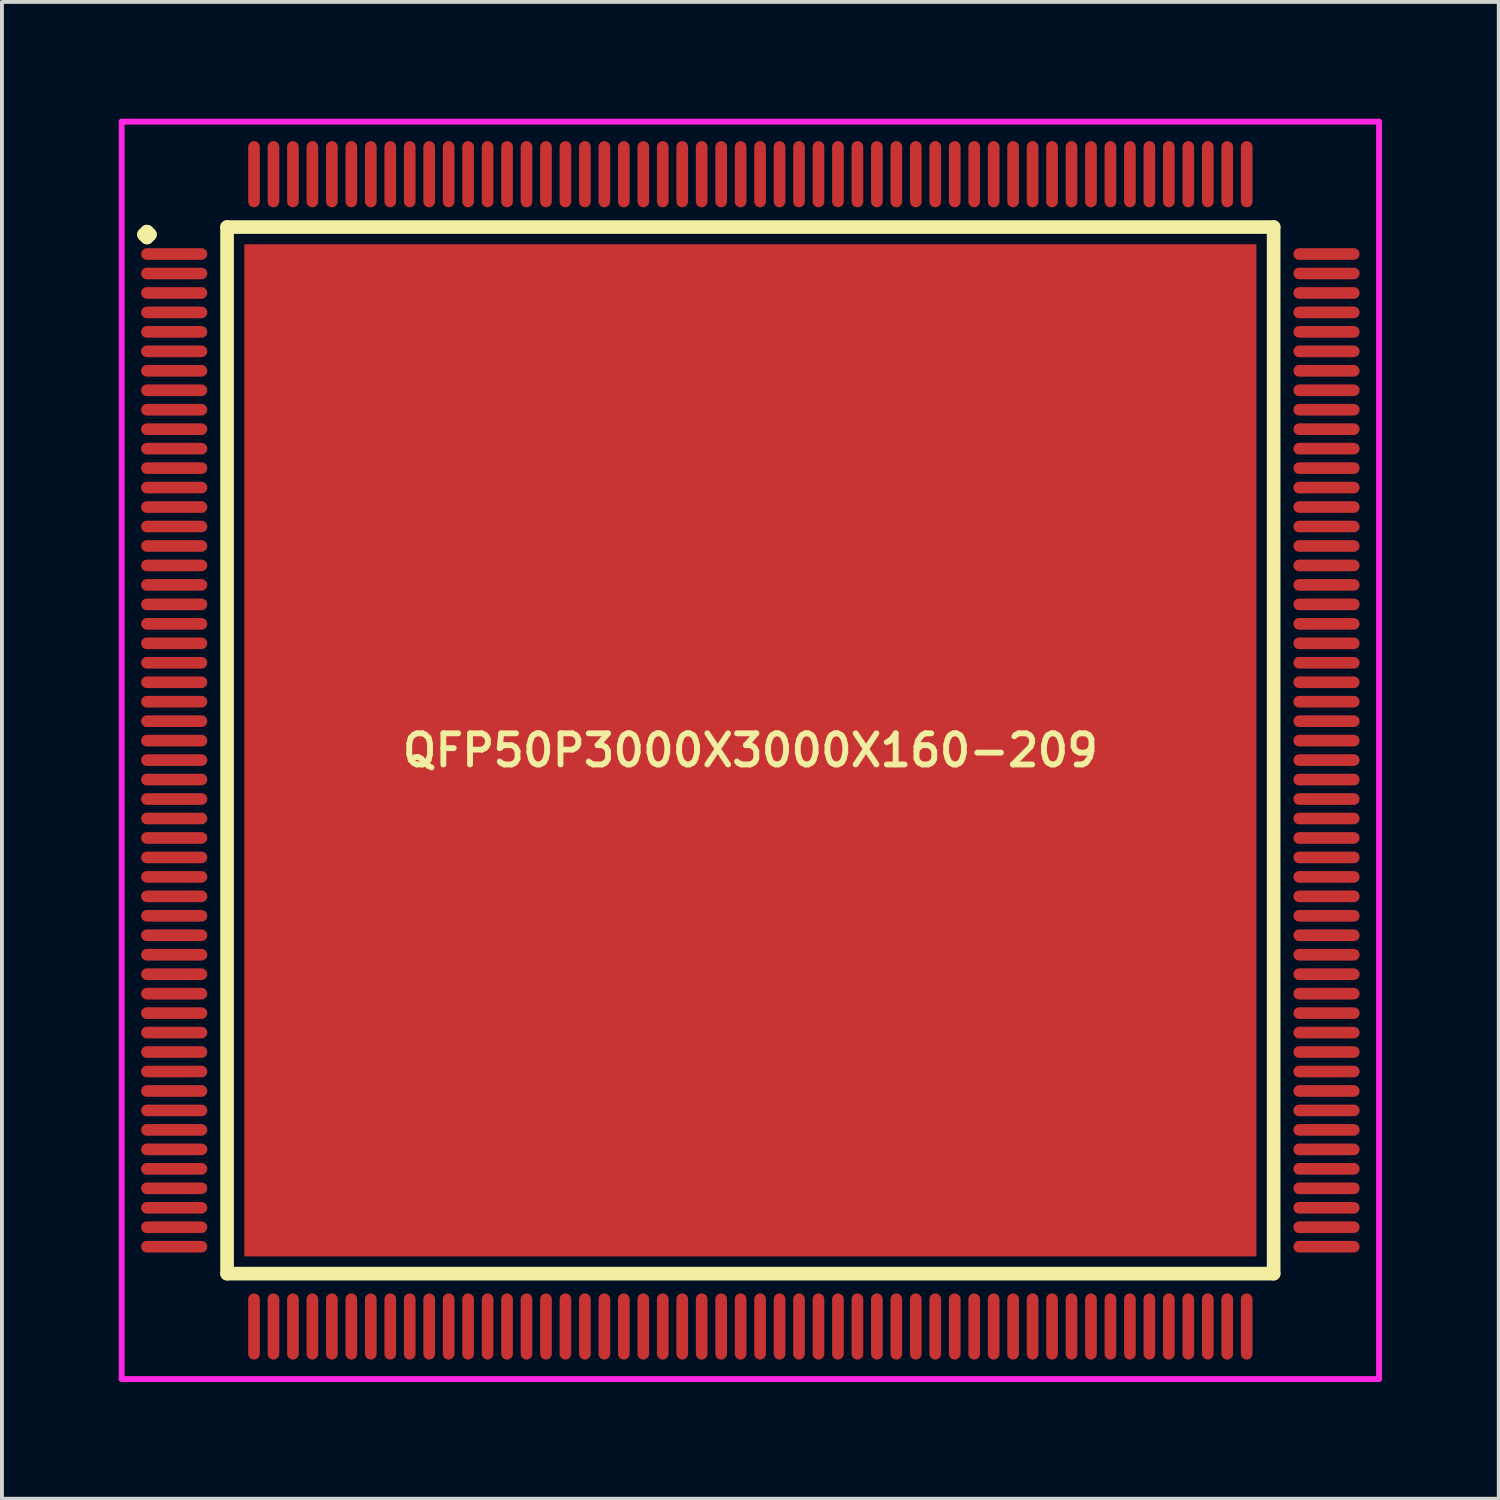
<source format=kicad_pcb>
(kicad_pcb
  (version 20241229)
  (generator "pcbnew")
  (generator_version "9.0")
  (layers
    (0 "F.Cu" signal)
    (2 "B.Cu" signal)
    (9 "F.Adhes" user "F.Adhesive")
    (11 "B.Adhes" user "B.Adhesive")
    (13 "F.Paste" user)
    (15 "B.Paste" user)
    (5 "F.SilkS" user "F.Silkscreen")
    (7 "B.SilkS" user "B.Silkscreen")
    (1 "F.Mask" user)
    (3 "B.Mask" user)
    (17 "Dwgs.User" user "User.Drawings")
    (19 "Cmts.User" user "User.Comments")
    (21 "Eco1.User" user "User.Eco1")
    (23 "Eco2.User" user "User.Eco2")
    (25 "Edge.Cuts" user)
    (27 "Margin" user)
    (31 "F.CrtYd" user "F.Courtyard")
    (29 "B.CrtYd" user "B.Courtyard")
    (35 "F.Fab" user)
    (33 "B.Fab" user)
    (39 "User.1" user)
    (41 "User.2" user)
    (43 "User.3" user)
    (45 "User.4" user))
  (footprint "QFP50P3000X3000X160-209"
    (layer "F.Cu")
    (at 16.225 16.225)
    (property "Reference" "QFP50P3000X3000X160-209" (at 0 0 0) (layer "F.SilkS") (effects (font (size 0.8 0.8) (thickness 0.15))))
    (attr smd)
    (fp_line (start -15.575 -13.25) (end -15.5 -13.325) (stroke (width 0.35) (type solid)) (layer "F.SilkS"))
    (fp_line (start -15.5 -13.325) (end -15.425 -13.25) (stroke (width 0.35) (type solid)) (layer "F.SilkS"))
    (fp_line (start -15.5 -13.175) (end -15.575 -13.25) (stroke (width 0.35) (type solid)) (layer "F.SilkS"))
    (fp_line (start -15.425 -13.25) (end -15.5 -13.175) (stroke (width 0.35) (type solid)) (layer "F.SilkS"))
    (fp_line (start -13.442 -13.442) (end -13.442 13.442) (stroke (width 0.35) (type solid)) (layer "F.SilkS"))
    (fp_line (start -13.442 13.442) (end 13.442 13.442) (stroke (width 0.35) (type solid)) (layer "F.SilkS"))
    (fp_line (start 13.442 -13.442) (end -13.442 -13.442) (stroke (width 0.35) (type solid)) (layer "F.SilkS"))
    (fp_line (start 13.442 13.442) (end 13.442 -13.442) (stroke (width 0.35) (type solid)) (layer "F.SilkS"))
    (fp_line (start -16.15 -16.15) (end 16.15 -16.15) (stroke (width 0.15) (type solid)) (layer "F.CrtYd"))
    (fp_line (start -16.15 16.15) (end -16.15 -16.15) (stroke (width 0.15) (type solid)) (layer "F.CrtYd"))
    (fp_line (start 16.15 -16.15) (end 16.15 16.15) (stroke (width 0.15) (type solid)) (layer "F.CrtYd"))
    (fp_line (start 16.15 16.15) (end -16.15 16.15) (stroke (width 0.15) (type solid)) (layer "F.CrtYd"))
    (pad "1" smd oval (at -14.8 -12.75) (size 1.7 0.3) (layers "F.Cu" "F.Mask" "F.Paste"))
    (pad "2" smd oval (at -14.8 -12.25) (size 1.7 0.3) (layers "F.Cu" "F.Mask" "F.Paste"))
    (pad "3" smd oval (at -14.8 -11.75) (size 1.7 0.3) (layers "F.Cu" "F.Mask" "F.Paste"))
    (pad "4" smd oval (at -14.8 -11.25) (size 1.7 0.3) (layers "F.Cu" "F.Mask" "F.Paste"))
    (pad "5" smd oval (at -14.8 -10.75) (size 1.7 0.3) (layers "F.Cu" "F.Mask" "F.Paste"))
    (pad "6" smd oval (at -14.8 -10.25) (size 1.7 0.3) (layers "F.Cu" "F.Mask" "F.Paste"))
    (pad "7" smd oval (at -14.8 -9.75) (size 1.7 0.3) (layers "F.Cu" "F.Mask" "F.Paste"))
    (pad "8" smd oval (at -14.8 -9.25) (size 1.7 0.3) (layers "F.Cu" "F.Mask" "F.Paste"))
    (pad "9" smd oval (at -14.8 -8.75) (size 1.7 0.3) (layers "F.Cu" "F.Mask" "F.Paste"))
    (pad "10" smd oval (at -14.8 -8.25) (size 1.7 0.3) (layers "F.Cu" "F.Mask" "F.Paste"))
    (pad "11" smd oval (at -14.8 -7.75) (size 1.7 0.3) (layers "F.Cu" "F.Mask" "F.Paste"))
    (pad "12" smd oval (at -14.8 -7.25) (size 1.7 0.3) (layers "F.Cu" "F.Mask" "F.Paste"))
    (pad "13" smd oval (at -14.8 -6.75) (size 1.7 0.3) (layers "F.Cu" "F.Mask" "F.Paste"))
    (pad "14" smd oval (at -14.8 -6.25) (size 1.7 0.3) (layers "F.Cu" "F.Mask" "F.Paste"))
    (pad "15" smd oval (at -14.8 -5.75) (size 1.7 0.3) (layers "F.Cu" "F.Mask" "F.Paste"))
    (pad "16" smd oval (at -14.8 -5.25) (size 1.7 0.3) (layers "F.Cu" "F.Mask" "F.Paste"))
    (pad "17" smd oval (at -14.8 -4.75) (size 1.7 0.3) (layers "F.Cu" "F.Mask" "F.Paste"))
    (pad "18" smd oval (at -14.8 -4.25) (size 1.7 0.3) (layers "F.Cu" "F.Mask" "F.Paste"))
    (pad "19" smd oval (at -14.8 -3.75) (size 1.7 0.3) (layers "F.Cu" "F.Mask" "F.Paste"))
    (pad "20" smd oval (at -14.8 -3.25) (size 1.7 0.3) (layers "F.Cu" "F.Mask" "F.Paste"))
    (pad "21" smd oval (at -14.8 -2.75) (size 1.7 0.3) (layers "F.Cu" "F.Mask" "F.Paste"))
    (pad "22" smd oval (at -14.8 -2.25) (size 1.7 0.3) (layers "F.Cu" "F.Mask" "F.Paste"))
    (pad "23" smd oval (at -14.8 -1.75) (size 1.7 0.3) (layers "F.Cu" "F.Mask" "F.Paste"))
    (pad "24" smd oval (at -14.8 -1.25) (size 1.7 0.3) (layers "F.Cu" "F.Mask" "F.Paste"))
    (pad "25" smd oval (at -14.8 -0.75) (size 1.7 0.3) (layers "F.Cu" "F.Mask" "F.Paste"))
    (pad "26" smd oval (at -14.8 -0.25) (size 1.7 0.3) (layers "F.Cu" "F.Mask" "F.Paste"))
    (pad "27" smd oval (at -14.8 0.25) (size 1.7 0.3) (layers "F.Cu" "F.Mask" "F.Paste"))
    (pad "28" smd oval (at -14.8 0.75) (size 1.7 0.3) (layers "F.Cu" "F.Mask" "F.Paste"))
    (pad "29" smd oval (at -14.8 1.25) (size 1.7 0.3) (layers "F.Cu" "F.Mask" "F.Paste"))
    (pad "30" smd oval (at -14.8 1.75) (size 1.7 0.3) (layers "F.Cu" "F.Mask" "F.Paste"))
    (pad "31" smd oval (at -14.8 2.25) (size 1.7 0.3) (layers "F.Cu" "F.Mask" "F.Paste"))
    (pad "32" smd oval (at -14.8 2.75) (size 1.7 0.3) (layers "F.Cu" "F.Mask" "F.Paste"))
    (pad "33" smd oval (at -14.8 3.25) (size 1.7 0.3) (layers "F.Cu" "F.Mask" "F.Paste"))
    (pad "34" smd oval (at -14.8 3.75) (size 1.7 0.3) (layers "F.Cu" "F.Mask" "F.Paste"))
    (pad "35" smd oval (at -14.8 4.25) (size 1.7 0.3) (layers "F.Cu" "F.Mask" "F.Paste"))
    (pad "36" smd oval (at -14.8 4.75) (size 1.7 0.3) (layers "F.Cu" "F.Mask" "F.Paste"))
    (pad "37" smd oval (at -14.8 5.25) (size 1.7 0.3) (layers "F.Cu" "F.Mask" "F.Paste"))
    (pad "38" smd oval (at -14.8 5.75) (size 1.7 0.3) (layers "F.Cu" "F.Mask" "F.Paste"))
    (pad "39" smd oval (at -14.8 6.25) (size 1.7 0.3) (layers "F.Cu" "F.Mask" "F.Paste"))
    (pad "40" smd oval (at -14.8 6.75) (size 1.7 0.3) (layers "F.Cu" "F.Mask" "F.Paste"))
    (pad "41" smd oval (at -14.8 7.25) (size 1.7 0.3) (layers "F.Cu" "F.Mask" "F.Paste"))
    (pad "42" smd oval (at -14.8 7.75) (size 1.7 0.3) (layers "F.Cu" "F.Mask" "F.Paste"))
    (pad "43" smd oval (at -14.8 8.25) (size 1.7 0.3) (layers "F.Cu" "F.Mask" "F.Paste"))
    (pad "44" smd oval (at -14.8 8.75) (size 1.7 0.3) (layers "F.Cu" "F.Mask" "F.Paste"))
    (pad "45" smd oval (at -14.8 9.25) (size 1.7 0.3) (layers "F.Cu" "F.Mask" "F.Paste"))
    (pad "46" smd oval (at -14.8 9.75) (size 1.7 0.3) (layers "F.Cu" "F.Mask" "F.Paste"))
    (pad "47" smd oval (at -14.8 10.25) (size 1.7 0.3) (layers "F.Cu" "F.Mask" "F.Paste"))
    (pad "48" smd oval (at -14.8 10.75) (size 1.7 0.3) (layers "F.Cu" "F.Mask" "F.Paste"))
    (pad "49" smd oval (at -14.8 11.25) (size 1.7 0.3) (layers "F.Cu" "F.Mask" "F.Paste"))
    (pad "50" smd oval (at -14.8 11.75) (size 1.7 0.3) (layers "F.Cu" "F.Mask" "F.Paste"))
    (pad "51" smd oval (at -14.8 12.25) (size 1.7 0.3) (layers "F.Cu" "F.Mask" "F.Paste"))
    (pad "52" smd oval (at -14.8 12.75) (size 1.7 0.3) (layers "F.Cu" "F.Mask" "F.Paste"))
    (pad "53" smd oval (at -12.75 14.8) (size 0.3 1.7) (layers "F.Cu" "F.Mask" "F.Paste"))
    (pad "54" smd oval (at -12.25 14.8) (size 0.3 1.7) (layers "F.Cu" "F.Mask" "F.Paste"))
    (pad "55" smd oval (at -11.75 14.8) (size 0.3 1.7) (layers "F.Cu" "F.Mask" "F.Paste"))
    (pad "56" smd oval (at -11.25 14.8) (size 0.3 1.7) (layers "F.Cu" "F.Mask" "F.Paste"))
    (pad "57" smd oval (at -10.75 14.8) (size 0.3 1.7) (layers "F.Cu" "F.Mask" "F.Paste"))
    (pad "58" smd oval (at -10.25 14.8) (size 0.3 1.7) (layers "F.Cu" "F.Mask" "F.Paste"))
    (pad "59" smd oval (at -9.75 14.8) (size 0.3 1.7) (layers "F.Cu" "F.Mask" "F.Paste"))
    (pad "60" smd oval (at -9.25 14.8) (size 0.3 1.7) (layers "F.Cu" "F.Mask" "F.Paste"))
    (pad "61" smd oval (at -8.75 14.8) (size 0.3 1.7) (layers "F.Cu" "F.Mask" "F.Paste"))
    (pad "62" smd oval (at -8.25 14.8) (size 0.3 1.7) (layers "F.Cu" "F.Mask" "F.Paste"))
    (pad "63" smd oval (at -7.75 14.8) (size 0.3 1.7) (layers "F.Cu" "F.Mask" "F.Paste"))
    (pad "64" smd oval (at -7.25 14.8) (size 0.3 1.7) (layers "F.Cu" "F.Mask" "F.Paste"))
    (pad "65" smd oval (at -6.75 14.8) (size 0.3 1.7) (layers "F.Cu" "F.Mask" "F.Paste"))
    (pad "66" smd oval (at -6.25 14.8) (size 0.3 1.7) (layers "F.Cu" "F.Mask" "F.Paste"))
    (pad "67" smd oval (at -5.75 14.8) (size 0.3 1.7) (layers "F.Cu" "F.Mask" "F.Paste"))
    (pad "68" smd oval (at -5.25 14.8) (size 0.3 1.7) (layers "F.Cu" "F.Mask" "F.Paste"))
    (pad "69" smd oval (at -4.75 14.8) (size 0.3 1.7) (layers "F.Cu" "F.Mask" "F.Paste"))
    (pad "70" smd oval (at -4.25 14.8) (size 0.3 1.7) (layers "F.Cu" "F.Mask" "F.Paste"))
    (pad "71" smd oval (at -3.75 14.8) (size 0.3 1.7) (layers "F.Cu" "F.Mask" "F.Paste"))
    (pad "72" smd oval (at -3.25 14.8) (size 0.3 1.7) (layers "F.Cu" "F.Mask" "F.Paste"))
    (pad "73" smd oval (at -2.75 14.8) (size 0.3 1.7) (layers "F.Cu" "F.Mask" "F.Paste"))
    (pad "74" smd oval (at -2.25 14.8) (size 0.3 1.7) (layers "F.Cu" "F.Mask" "F.Paste"))
    (pad "75" smd oval (at -1.75 14.8) (size 0.3 1.7) (layers "F.Cu" "F.Mask" "F.Paste"))
    (pad "76" smd oval (at -1.25 14.8) (size 0.3 1.7) (layers "F.Cu" "F.Mask" "F.Paste"))
    (pad "77" smd oval (at -0.75 14.8) (size 0.3 1.7) (layers "F.Cu" "F.Mask" "F.Paste"))
    (pad "78" smd oval (at -0.25 14.8) (size 0.3 1.7) (layers "F.Cu" "F.Mask" "F.Paste"))
    (pad "79" smd oval (at 0.25 14.8) (size 0.3 1.7) (layers "F.Cu" "F.Mask" "F.Paste"))
    (pad "80" smd oval (at 0.75 14.8) (size 0.3 1.7) (layers "F.Cu" "F.Mask" "F.Paste"))
    (pad "81" smd oval (at 1.25 14.8) (size 0.3 1.7) (layers "F.Cu" "F.Mask" "F.Paste"))
    (pad "82" smd oval (at 1.75 14.8) (size 0.3 1.7) (layers "F.Cu" "F.Mask" "F.Paste"))
    (pad "83" smd oval (at 2.25 14.8) (size 0.3 1.7) (layers "F.Cu" "F.Mask" "F.Paste"))
    (pad "84" smd oval (at 2.75 14.8) (size 0.3 1.7) (layers "F.Cu" "F.Mask" "F.Paste"))
    (pad "85" smd oval (at 3.25 14.8) (size 0.3 1.7) (layers "F.Cu" "F.Mask" "F.Paste"))
    (pad "86" smd oval (at 3.75 14.8) (size 0.3 1.7) (layers "F.Cu" "F.Mask" "F.Paste"))
    (pad "87" smd oval (at 4.25 14.8) (size 0.3 1.7) (layers "F.Cu" "F.Mask" "F.Paste"))
    (pad "88" smd oval (at 4.75 14.8) (size 0.3 1.7) (layers "F.Cu" "F.Mask" "F.Paste"))
    (pad "89" smd oval (at 5.25 14.8) (size 0.3 1.7) (layers "F.Cu" "F.Mask" "F.Paste"))
    (pad "90" smd oval (at 5.75 14.8) (size 0.3 1.7) (layers "F.Cu" "F.Mask" "F.Paste"))
    (pad "91" smd oval (at 6.25 14.8) (size 0.3 1.7) (layers "F.Cu" "F.Mask" "F.Paste"))
    (pad "92" smd oval (at 6.75 14.8) (size 0.3 1.7) (layers "F.Cu" "F.Mask" "F.Paste"))
    (pad "93" smd oval (at 7.25 14.8) (size 0.3 1.7) (layers "F.Cu" "F.Mask" "F.Paste"))
    (pad "94" smd oval (at 7.75 14.8) (size 0.3 1.7) (layers "F.Cu" "F.Mask" "F.Paste"))
    (pad "95" smd oval (at 8.25 14.8) (size 0.3 1.7) (layers "F.Cu" "F.Mask" "F.Paste"))
    (pad "96" smd oval (at 8.75 14.8) (size 0.3 1.7) (layers "F.Cu" "F.Mask" "F.Paste"))
    (pad "97" smd oval (at 9.25 14.8) (size 0.3 1.7) (layers "F.Cu" "F.Mask" "F.Paste"))
    (pad "98" smd oval (at 9.75 14.8) (size 0.3 1.7) (layers "F.Cu" "F.Mask" "F.Paste"))
    (pad "99" smd oval (at 10.25 14.8) (size 0.3 1.7) (layers "F.Cu" "F.Mask" "F.Paste"))
    (pad "100" smd oval (at 10.75 14.8) (size 0.3 1.7) (layers "F.Cu" "F.Mask" "F.Paste"))
    (pad "101" smd oval (at 11.25 14.8) (size 0.3 1.7) (layers "F.Cu" "F.Mask" "F.Paste"))
    (pad "102" smd oval (at 11.75 14.8) (size 0.3 1.7) (layers "F.Cu" "F.Mask" "F.Paste"))
    (pad "103" smd oval (at 12.25 14.8) (size 0.3 1.7) (layers "F.Cu" "F.Mask" "F.Paste"))
    (pad "104" smd oval (at 12.75 14.8) (size 0.3 1.7) (layers "F.Cu" "F.Mask" "F.Paste"))
    (pad "105" smd oval (at 14.8 12.75) (size 1.7 0.3) (layers "F.Cu" "F.Mask" "F.Paste"))
    (pad "106" smd oval (at 14.8 12.25) (size 1.7 0.3) (layers "F.Cu" "F.Mask" "F.Paste"))
    (pad "107" smd oval (at 14.8 11.75) (size 1.7 0.3) (layers "F.Cu" "F.Mask" "F.Paste"))
    (pad "108" smd oval (at 14.8 11.25) (size 1.7 0.3) (layers "F.Cu" "F.Mask" "F.Paste"))
    (pad "109" smd oval (at 14.8 10.75) (size 1.7 0.3) (layers "F.Cu" "F.Mask" "F.Paste"))
    (pad "110" smd oval (at 14.8 10.25) (size 1.7 0.3) (layers "F.Cu" "F.Mask" "F.Paste"))
    (pad "111" smd oval (at 14.8 9.75) (size 1.7 0.3) (layers "F.Cu" "F.Mask" "F.Paste"))
    (pad "112" smd oval (at 14.8 9.25) (size 1.7 0.3) (layers "F.Cu" "F.Mask" "F.Paste"))
    (pad "113" smd oval (at 14.8 8.75) (size 1.7 0.3) (layers "F.Cu" "F.Mask" "F.Paste"))
    (pad "114" smd oval (at 14.8 8.25) (size 1.7 0.3) (layers "F.Cu" "F.Mask" "F.Paste"))
    (pad "115" smd oval (at 14.8 7.75) (size 1.7 0.3) (layers "F.Cu" "F.Mask" "F.Paste"))
    (pad "116" smd oval (at 14.8 7.25) (size 1.7 0.3) (layers "F.Cu" "F.Mask" "F.Paste"))
    (pad "117" smd oval (at 14.8 6.75) (size 1.7 0.3) (layers "F.Cu" "F.Mask" "F.Paste"))
    (pad "118" smd oval (at 14.8 6.25) (size 1.7 0.3) (layers "F.Cu" "F.Mask" "F.Paste"))
    (pad "119" smd oval (at 14.8 5.75) (size 1.7 0.3) (layers "F.Cu" "F.Mask" "F.Paste"))
    (pad "120" smd oval (at 14.8 5.25) (size 1.7 0.3) (layers "F.Cu" "F.Mask" "F.Paste"))
    (pad "121" smd oval (at 14.8 4.75) (size 1.7 0.3) (layers "F.Cu" "F.Mask" "F.Paste"))
    (pad "122" smd oval (at 14.8 4.25) (size 1.7 0.3) (layers "F.Cu" "F.Mask" "F.Paste"))
    (pad "123" smd oval (at 14.8 3.75) (size 1.7 0.3) (layers "F.Cu" "F.Mask" "F.Paste"))
    (pad "124" smd oval (at 14.8 3.25) (size 1.7 0.3) (layers "F.Cu" "F.Mask" "F.Paste"))
    (pad "125" smd oval (at 14.8 2.75) (size 1.7 0.3) (layers "F.Cu" "F.Mask" "F.Paste"))
    (pad "126" smd oval (at 14.8 2.25) (size 1.7 0.3) (layers "F.Cu" "F.Mask" "F.Paste"))
    (pad "127" smd oval (at 14.8 1.75) (size 1.7 0.3) (layers "F.Cu" "F.Mask" "F.Paste"))
    (pad "128" smd oval (at 14.8 1.25) (size 1.7 0.3) (layers "F.Cu" "F.Mask" "F.Paste"))
    (pad "129" smd oval (at 14.8 0.75) (size 1.7 0.3) (layers "F.Cu" "F.Mask" "F.Paste"))
    (pad "130" smd oval (at 14.8 0.25) (size 1.7 0.3) (layers "F.Cu" "F.Mask" "F.Paste"))
    (pad "131" smd oval (at 14.8 -0.25) (size 1.7 0.3) (layers "F.Cu" "F.Mask" "F.Paste"))
    (pad "132" smd oval (at 14.8 -0.75) (size 1.7 0.3) (layers "F.Cu" "F.Mask" "F.Paste"))
    (pad "133" smd oval (at 14.8 -1.25) (size 1.7 0.3) (layers "F.Cu" "F.Mask" "F.Paste"))
    (pad "134" smd oval (at 14.8 -1.75) (size 1.7 0.3) (layers "F.Cu" "F.Mask" "F.Paste"))
    (pad "135" smd oval (at 14.8 -2.25) (size 1.7 0.3) (layers "F.Cu" "F.Mask" "F.Paste"))
    (pad "136" smd oval (at 14.8 -2.75) (size 1.7 0.3) (layers "F.Cu" "F.Mask" "F.Paste"))
    (pad "137" smd oval (at 14.8 -3.25) (size 1.7 0.3) (layers "F.Cu" "F.Mask" "F.Paste"))
    (pad "138" smd oval (at 14.8 -3.75) (size 1.7 0.3) (layers "F.Cu" "F.Mask" "F.Paste"))
    (pad "139" smd oval (at 14.8 -4.25) (size 1.7 0.3) (layers "F.Cu" "F.Mask" "F.Paste"))
    (pad "140" smd oval (at 14.8 -4.75) (size 1.7 0.3) (layers "F.Cu" "F.Mask" "F.Paste"))
    (pad "141" smd oval (at 14.8 -5.25) (size 1.7 0.3) (layers "F.Cu" "F.Mask" "F.Paste"))
    (pad "142" smd oval (at 14.8 -5.75) (size 1.7 0.3) (layers "F.Cu" "F.Mask" "F.Paste"))
    (pad "143" smd oval (at 14.8 -6.25) (size 1.7 0.3) (layers "F.Cu" "F.Mask" "F.Paste"))
    (pad "144" smd oval (at 14.8 -6.75) (size 1.7 0.3) (layers "F.Cu" "F.Mask" "F.Paste"))
    (pad "145" smd oval (at 14.8 -7.25) (size 1.7 0.3) (layers "F.Cu" "F.Mask" "F.Paste"))
    (pad "146" smd oval (at 14.8 -7.75) (size 1.7 0.3) (layers "F.Cu" "F.Mask" "F.Paste"))
    (pad "147" smd oval (at 14.8 -8.25) (size 1.7 0.3) (layers "F.Cu" "F.Mask" "F.Paste"))
    (pad "148" smd oval (at 14.8 -8.75) (size 1.7 0.3) (layers "F.Cu" "F.Mask" "F.Paste"))
    (pad "149" smd oval (at 14.8 -9.25) (size 1.7 0.3) (layers "F.Cu" "F.Mask" "F.Paste"))
    (pad "150" smd oval (at 14.8 -9.75) (size 1.7 0.3) (layers "F.Cu" "F.Mask" "F.Paste"))
    (pad "151" smd oval (at 14.8 -10.25) (size 1.7 0.3) (layers "F.Cu" "F.Mask" "F.Paste"))
    (pad "152" smd oval (at 14.8 -10.75) (size 1.7 0.3) (layers "F.Cu" "F.Mask" "F.Paste"))
    (pad "153" smd oval (at 14.8 -11.25) (size 1.7 0.3) (layers "F.Cu" "F.Mask" "F.Paste"))
    (pad "154" smd oval (at 14.8 -11.75) (size 1.7 0.3) (layers "F.Cu" "F.Mask" "F.Paste"))
    (pad "155" smd oval (at 14.8 -12.25) (size 1.7 0.3) (layers "F.Cu" "F.Mask" "F.Paste"))
    (pad "156" smd oval (at 14.8 -12.75) (size 1.7 0.3) (layers "F.Cu" "F.Mask" "F.Paste"))
    (pad "157" smd oval (at 12.75 -14.8) (size 0.3 1.7) (layers "F.Cu" "F.Mask" "F.Paste"))
    (pad "158" smd oval (at 12.25 -14.8) (size 0.3 1.7) (layers "F.Cu" "F.Mask" "F.Paste"))
    (pad "159" smd oval (at 11.75 -14.8) (size 0.3 1.7) (layers "F.Cu" "F.Mask" "F.Paste"))
    (pad "160" smd oval (at 11.25 -14.8) (size 0.3 1.7) (layers "F.Cu" "F.Mask" "F.Paste"))
    (pad "161" smd oval (at 10.75 -14.8) (size 0.3 1.7) (layers "F.Cu" "F.Mask" "F.Paste"))
    (pad "162" smd oval (at 10.25 -14.8) (size 0.3 1.7) (layers "F.Cu" "F.Mask" "F.Paste"))
    (pad "163" smd oval (at 9.75 -14.8) (size 0.3 1.7) (layers "F.Cu" "F.Mask" "F.Paste"))
    (pad "164" smd oval (at 9.25 -14.8) (size 0.3 1.7) (layers "F.Cu" "F.Mask" "F.Paste"))
    (pad "165" smd oval (at 8.75 -14.8) (size 0.3 1.7) (layers "F.Cu" "F.Mask" "F.Paste"))
    (pad "166" smd oval (at 8.25 -14.8) (size 0.3 1.7) (layers "F.Cu" "F.Mask" "F.Paste"))
    (pad "167" smd oval (at 7.75 -14.8) (size 0.3 1.7) (layers "F.Cu" "F.Mask" "F.Paste"))
    (pad "168" smd oval (at 7.25 -14.8) (size 0.3 1.7) (layers "F.Cu" "F.Mask" "F.Paste"))
    (pad "169" smd oval (at 6.75 -14.8) (size 0.3 1.7) (layers "F.Cu" "F.Mask" "F.Paste"))
    (pad "170" smd oval (at 6.25 -14.8) (size 0.3 1.7) (layers "F.Cu" "F.Mask" "F.Paste"))
    (pad "171" smd oval (at 5.75 -14.8) (size 0.3 1.7) (layers "F.Cu" "F.Mask" "F.Paste"))
    (pad "172" smd oval (at 5.25 -14.8) (size 0.3 1.7) (layers "F.Cu" "F.Mask" "F.Paste"))
    (pad "173" smd oval (at 4.75 -14.8) (size 0.3 1.7) (layers "F.Cu" "F.Mask" "F.Paste"))
    (pad "174" smd oval (at 4.25 -14.8) (size 0.3 1.7) (layers "F.Cu" "F.Mask" "F.Paste"))
    (pad "175" smd oval (at 3.75 -14.8) (size 0.3 1.7) (layers "F.Cu" "F.Mask" "F.Paste"))
    (pad "176" smd oval (at 3.25 -14.8) (size 0.3 1.7) (layers "F.Cu" "F.Mask" "F.Paste"))
    (pad "177" smd oval (at 2.75 -14.8) (size 0.3 1.7) (layers "F.Cu" "F.Mask" "F.Paste"))
    (pad "178" smd oval (at 2.25 -14.8) (size 0.3 1.7) (layers "F.Cu" "F.Mask" "F.Paste"))
    (pad "179" smd oval (at 1.75 -14.8) (size 0.3 1.7) (layers "F.Cu" "F.Mask" "F.Paste"))
    (pad "180" smd oval (at 1.25 -14.8) (size 0.3 1.7) (layers "F.Cu" "F.Mask" "F.Paste"))
    (pad "181" smd oval (at 0.75 -14.8) (size 0.3 1.7) (layers "F.Cu" "F.Mask" "F.Paste"))
    (pad "182" smd oval (at 0.25 -14.8) (size 0.3 1.7) (layers "F.Cu" "F.Mask" "F.Paste"))
    (pad "183" smd oval (at -0.25 -14.8) (size 0.3 1.7) (layers "F.Cu" "F.Mask" "F.Paste"))
    (pad "184" smd oval (at -0.75 -14.8) (size 0.3 1.7) (layers "F.Cu" "F.Mask" "F.Paste"))
    (pad "185" smd oval (at -1.25 -14.8) (size 0.3 1.7) (layers "F.Cu" "F.Mask" "F.Paste"))
    (pad "186" smd oval (at -1.75 -14.8) (size 0.3 1.7) (layers "F.Cu" "F.Mask" "F.Paste"))
    (pad "187" smd oval (at -2.25 -14.8) (size 0.3 1.7) (layers "F.Cu" "F.Mask" "F.Paste"))
    (pad "188" smd oval (at -2.75 -14.8) (size 0.3 1.7) (layers "F.Cu" "F.Mask" "F.Paste"))
    (pad "189" smd oval (at -3.25 -14.8) (size 0.3 1.7) (layers "F.Cu" "F.Mask" "F.Paste"))
    (pad "190" smd oval (at -3.75 -14.8) (size 0.3 1.7) (layers "F.Cu" "F.Mask" "F.Paste"))
    (pad "191" smd oval (at -4.25 -14.8) (size 0.3 1.7) (layers "F.Cu" "F.Mask" "F.Paste"))
    (pad "192" smd oval (at -4.75 -14.8) (size 0.3 1.7) (layers "F.Cu" "F.Mask" "F.Paste"))
    (pad "193" smd oval (at -5.25 -14.8) (size 0.3 1.7) (layers "F.Cu" "F.Mask" "F.Paste"))
    (pad "194" smd oval (at -5.75 -14.8) (size 0.3 1.7) (layers "F.Cu" "F.Mask" "F.Paste"))
    (pad "195" smd oval (at -6.25 -14.8) (size 0.3 1.7) (layers "F.Cu" "F.Mask" "F.Paste"))
    (pad "196" smd oval (at -6.75 -14.8) (size 0.3 1.7) (layers "F.Cu" "F.Mask" "F.Paste"))
    (pad "197" smd oval (at -7.25 -14.8) (size 0.3 1.7) (layers "F.Cu" "F.Mask" "F.Paste"))
    (pad "198" smd oval (at -7.75 -14.8) (size 0.3 1.7) (layers "F.Cu" "F.Mask" "F.Paste"))
    (pad "199" smd oval (at -8.25 -14.8) (size 0.3 1.7) (layers "F.Cu" "F.Mask" "F.Paste"))
    (pad "200" smd oval (at -8.75 -14.8) (size 0.3 1.7) (layers "F.Cu" "F.Mask" "F.Paste"))
    (pad "201" smd oval (at -9.25 -14.8) (size 0.3 1.7) (layers "F.Cu" "F.Mask" "F.Paste"))
    (pad "202" smd oval (at -9.75 -14.8) (size 0.3 1.7) (layers "F.Cu" "F.Mask" "F.Paste"))
    (pad "203" smd oval (at -10.25 -14.8) (size 0.3 1.7) (layers "F.Cu" "F.Mask" "F.Paste"))
    (pad "204" smd oval (at -10.75 -14.8) (size 0.3 1.7) (layers "F.Cu" "F.Mask" "F.Paste"))
    (pad "205" smd oval (at -11.25 -14.8) (size 0.3 1.7) (layers "F.Cu" "F.Mask" "F.Paste"))
    (pad "206" smd oval (at -11.75 -14.8) (size 0.3 1.7) (layers "F.Cu" "F.Mask" "F.Paste"))
    (pad "207" smd oval (at -12.25 -14.8) (size 0.3 1.7) (layers "F.Cu" "F.Mask" "F.Paste"))
    (pad "208" smd oval (at -12.75 -14.8) (size 0.3 1.7) (layers "F.Cu" "F.Mask" "F.Paste"))
    (pad "209" smd rect (at 0 0) (size 26 26) (layers "F.Cu" "F.Mask" "F.Paste")))
  (gr_rect
    (start -3 -3)
    (end 35.45 35.45)
    (stroke (width 0.1) (type default))
    (fill no)
    (layer "Edge.Cuts")))
</source>
